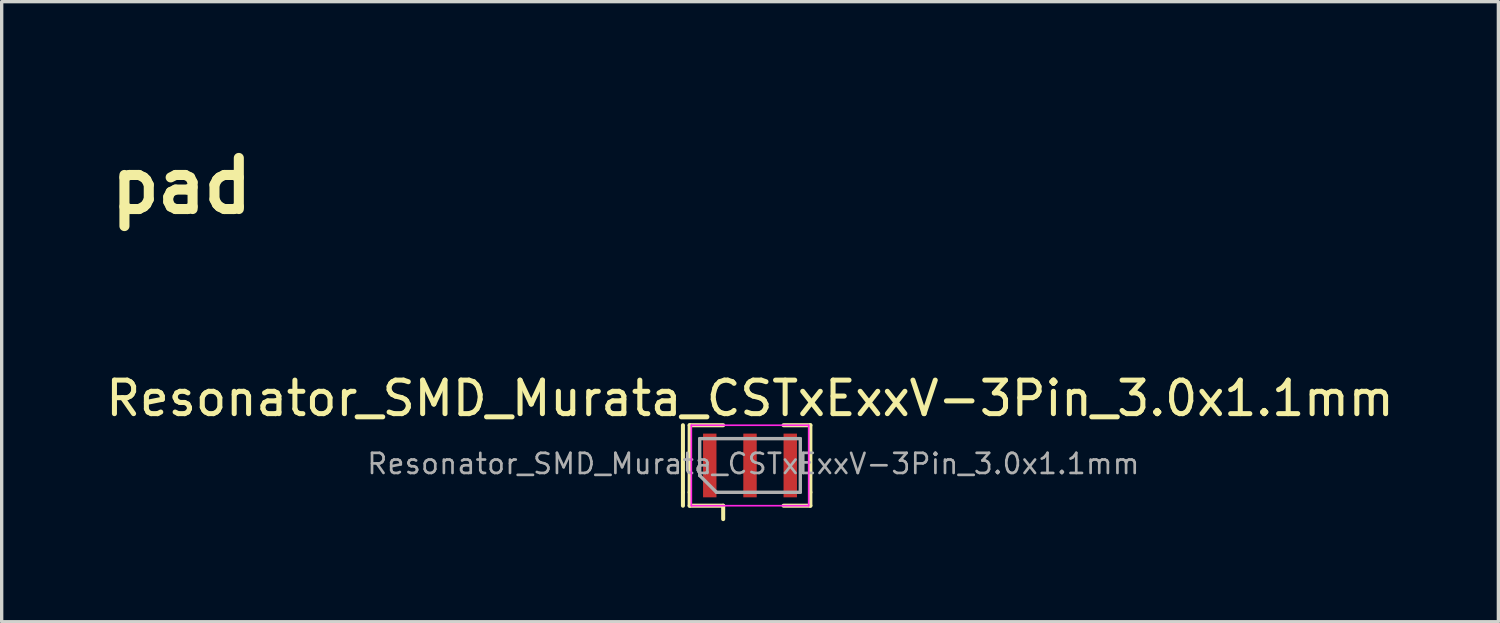
<source format=kicad_pcb>
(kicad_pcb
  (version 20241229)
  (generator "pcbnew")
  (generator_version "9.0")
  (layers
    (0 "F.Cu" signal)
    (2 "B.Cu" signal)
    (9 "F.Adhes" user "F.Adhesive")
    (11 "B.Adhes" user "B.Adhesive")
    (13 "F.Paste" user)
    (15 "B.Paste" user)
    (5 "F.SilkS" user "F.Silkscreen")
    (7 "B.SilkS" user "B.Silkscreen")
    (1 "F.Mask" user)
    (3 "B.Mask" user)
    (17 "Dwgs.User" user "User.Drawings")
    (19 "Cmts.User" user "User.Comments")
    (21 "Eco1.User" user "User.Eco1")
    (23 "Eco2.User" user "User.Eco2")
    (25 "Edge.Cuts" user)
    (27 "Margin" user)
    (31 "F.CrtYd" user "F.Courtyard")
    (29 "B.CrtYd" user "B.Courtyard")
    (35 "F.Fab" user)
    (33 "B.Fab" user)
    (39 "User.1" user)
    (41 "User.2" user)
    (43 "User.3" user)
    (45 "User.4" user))
  (footprint "Resonator_SMD_Murata_CSTxExxV-3Pin_3.0x1.1mm"
    (layer "F.Cu")
    (at 19.315 10.83)
    (property "Reference" "Resonator_SMD_Murata_CSTxExxV-3Pin_3.0x1.1mm" (at 0 -2 0) (layer "F.SilkS") (effects (font (size 1 1) (thickness 0.15))))
    (attr smd)
    (fp_line (start -2 -1.2) (end -2 0.8) (stroke (width 0.12) (type solid)) (layer "F.SilkS"))
    (fp_line (start -2 0.8) (end -2 1.2) (stroke (width 0.12) (type solid)) (layer "F.SilkS"))
    (fp_line (start -1.8 -1.2) (end -0.8 -1.2) (stroke (width 0.12) (type solid)) (layer "F.SilkS"))
    (fp_line (start -1.8 0.8) (end -1.8 -1.2) (stroke (width 0.12) (type solid)) (layer "F.SilkS"))
    (fp_line (start -1.8 0.8) (end -1.8 1.2) (stroke (width 0.12) (type solid)) (layer "F.SilkS"))
    (fp_line (start -0.8 1.2) (end -1.8 1.2) (stroke (width 0.12) (type solid)) (layer "F.SilkS"))
    (fp_line (start -0.8 1.2) (end -0.8 1.6) (stroke (width 0.12) (type solid)) (layer "F.SilkS"))
    (fp_line (start 1 -1.2) (end 1.8 -1.2) (stroke (width 0.12) (type solid)) (layer "F.SilkS"))
    (fp_line (start 1.8 -1.2) (end 1.8 0.8) (stroke (width 0.12) (type solid)) (layer "F.SilkS"))
    (fp_line (start 1.8 0.8) (end 1.8 1.2) (stroke (width 0.12) (type solid)) (layer "F.SilkS"))
    (fp_line (start 1.8 1.2) (end 1 1.2) (stroke (width 0.12) (type solid)) (layer "F.SilkS"))
    (fp_line (start -1.75 -1.2) (end 1.75 -1.2) (stroke (width 0.05) (type solid)) (layer "F.CrtYd"))
    (fp_line (start -1.75 1.2) (end -1.75 -1.2) (stroke (width 0.05) (type solid)) (layer "F.CrtYd"))
    (fp_line (start 1.75 -1.2) (end 1.75 1.2) (stroke (width 0.05) (type solid)) (layer "F.CrtYd"))
    (fp_line (start 1.75 1.2) (end -1.75 1.2) (stroke (width 0.05) (type solid)) (layer "F.CrtYd"))
    (fp_line (start -1.5 0.3) (end -1.5 -0.8) (stroke (width 0.1) (type solid)) (layer "F.Fab"))
    (fp_line (start -1 0.8) (end -1.5 0.3) (stroke (width 0.1) (type solid)) (layer "F.Fab"))
    (fp_line (start -1 0.8) (end 1.5 0.8) (stroke (width 0.1) (type solid)) (layer "F.Fab"))
    (fp_line (start 1.5 -0.8) (end -1.5 -0.8) (stroke (width 0.1) (type solid)) (layer "F.Fab"))
    (fp_line (start 1.5 0.8) (end 1.5 -0.8) (stroke (width 0.1) (type solid)) (layer "F.Fab"))
    (fp_text user "${REFERENCE}" (at 0.1 -0.05 0) (layer "F.Fab") (effects (font (size 0.6 0.6) (thickness 0.08))))
    (pad "1" smd rect (at -1.2 0) (size 0.4 1.9) (layers "F.Cu" "F.Mask" "F.Paste"))
    (pad "2" smd rect (at 1.2 0) (size 0.4 1.9) (layers "F.Cu" "F.Mask" "F.Paste"))
    (pad "3" smd rect (at 0 0) (size 0.4 1.9) (layers "F.Cu" "F.Mask" "F.Paste")))
  (footprint "pad"
    (layer "F.Cu")
    (at 2.366 2.494)
    (property "Reference" "pad" (at 0 0 0) (layer "F.SilkS") (effects (font (size 1.524 1.524) (thickness 0.3))))
    (attr through_hole)
    (fp_poly (pts (xy 1.251 2.483) (xy 1.133 2.481) (xy 1.065 2.479) (xy 1.011 2.476) (xy 0.986 2.473) (xy 0.954 2.468) (xy 0.896 2.458) (xy 0.825 2.446) (xy 0.815 2.445) (xy 0.557 2.386) (xy 0.298 2.293) (xy 0.047 2.17) (xy -0.191 2.02) (xy -0.409 1.848) (xy -0.559 1.701) (xy -0.753 1.467) (xy -0.913 1.217) (xy -1.041 0.954) (xy -1.136 0.682) (xy -1.198 0.402) (xy -1.228 0.119) (xy -1.225 -0.166) (xy -1.19 -0.448) (xy -1.122 -0.726) (xy -1.022 -0.996) (xy -0.89 -1.255) (xy -0.725 -1.5) (xy -0.528 -1.728) (xy -0.503 -1.754) (xy -0.272 -1.959) (xy -0.022 -2.132) (xy 0.244 -2.271) (xy 0.524 -2.376) (xy 0.818 -2.446) (xy 1.07 -2.476) (xy 1.251 -2.489) (xy 1.251 2.483)) (stroke (width 0.01) (type solid)) (fill no) (layer "Eco2.User")))
  (gr_rect
    (start -3 -3)
    (end 41.631 15.49)
    (stroke (width 0.1) (type default))
    (fill no)
    (layer "Edge.Cuts")))
</source>
